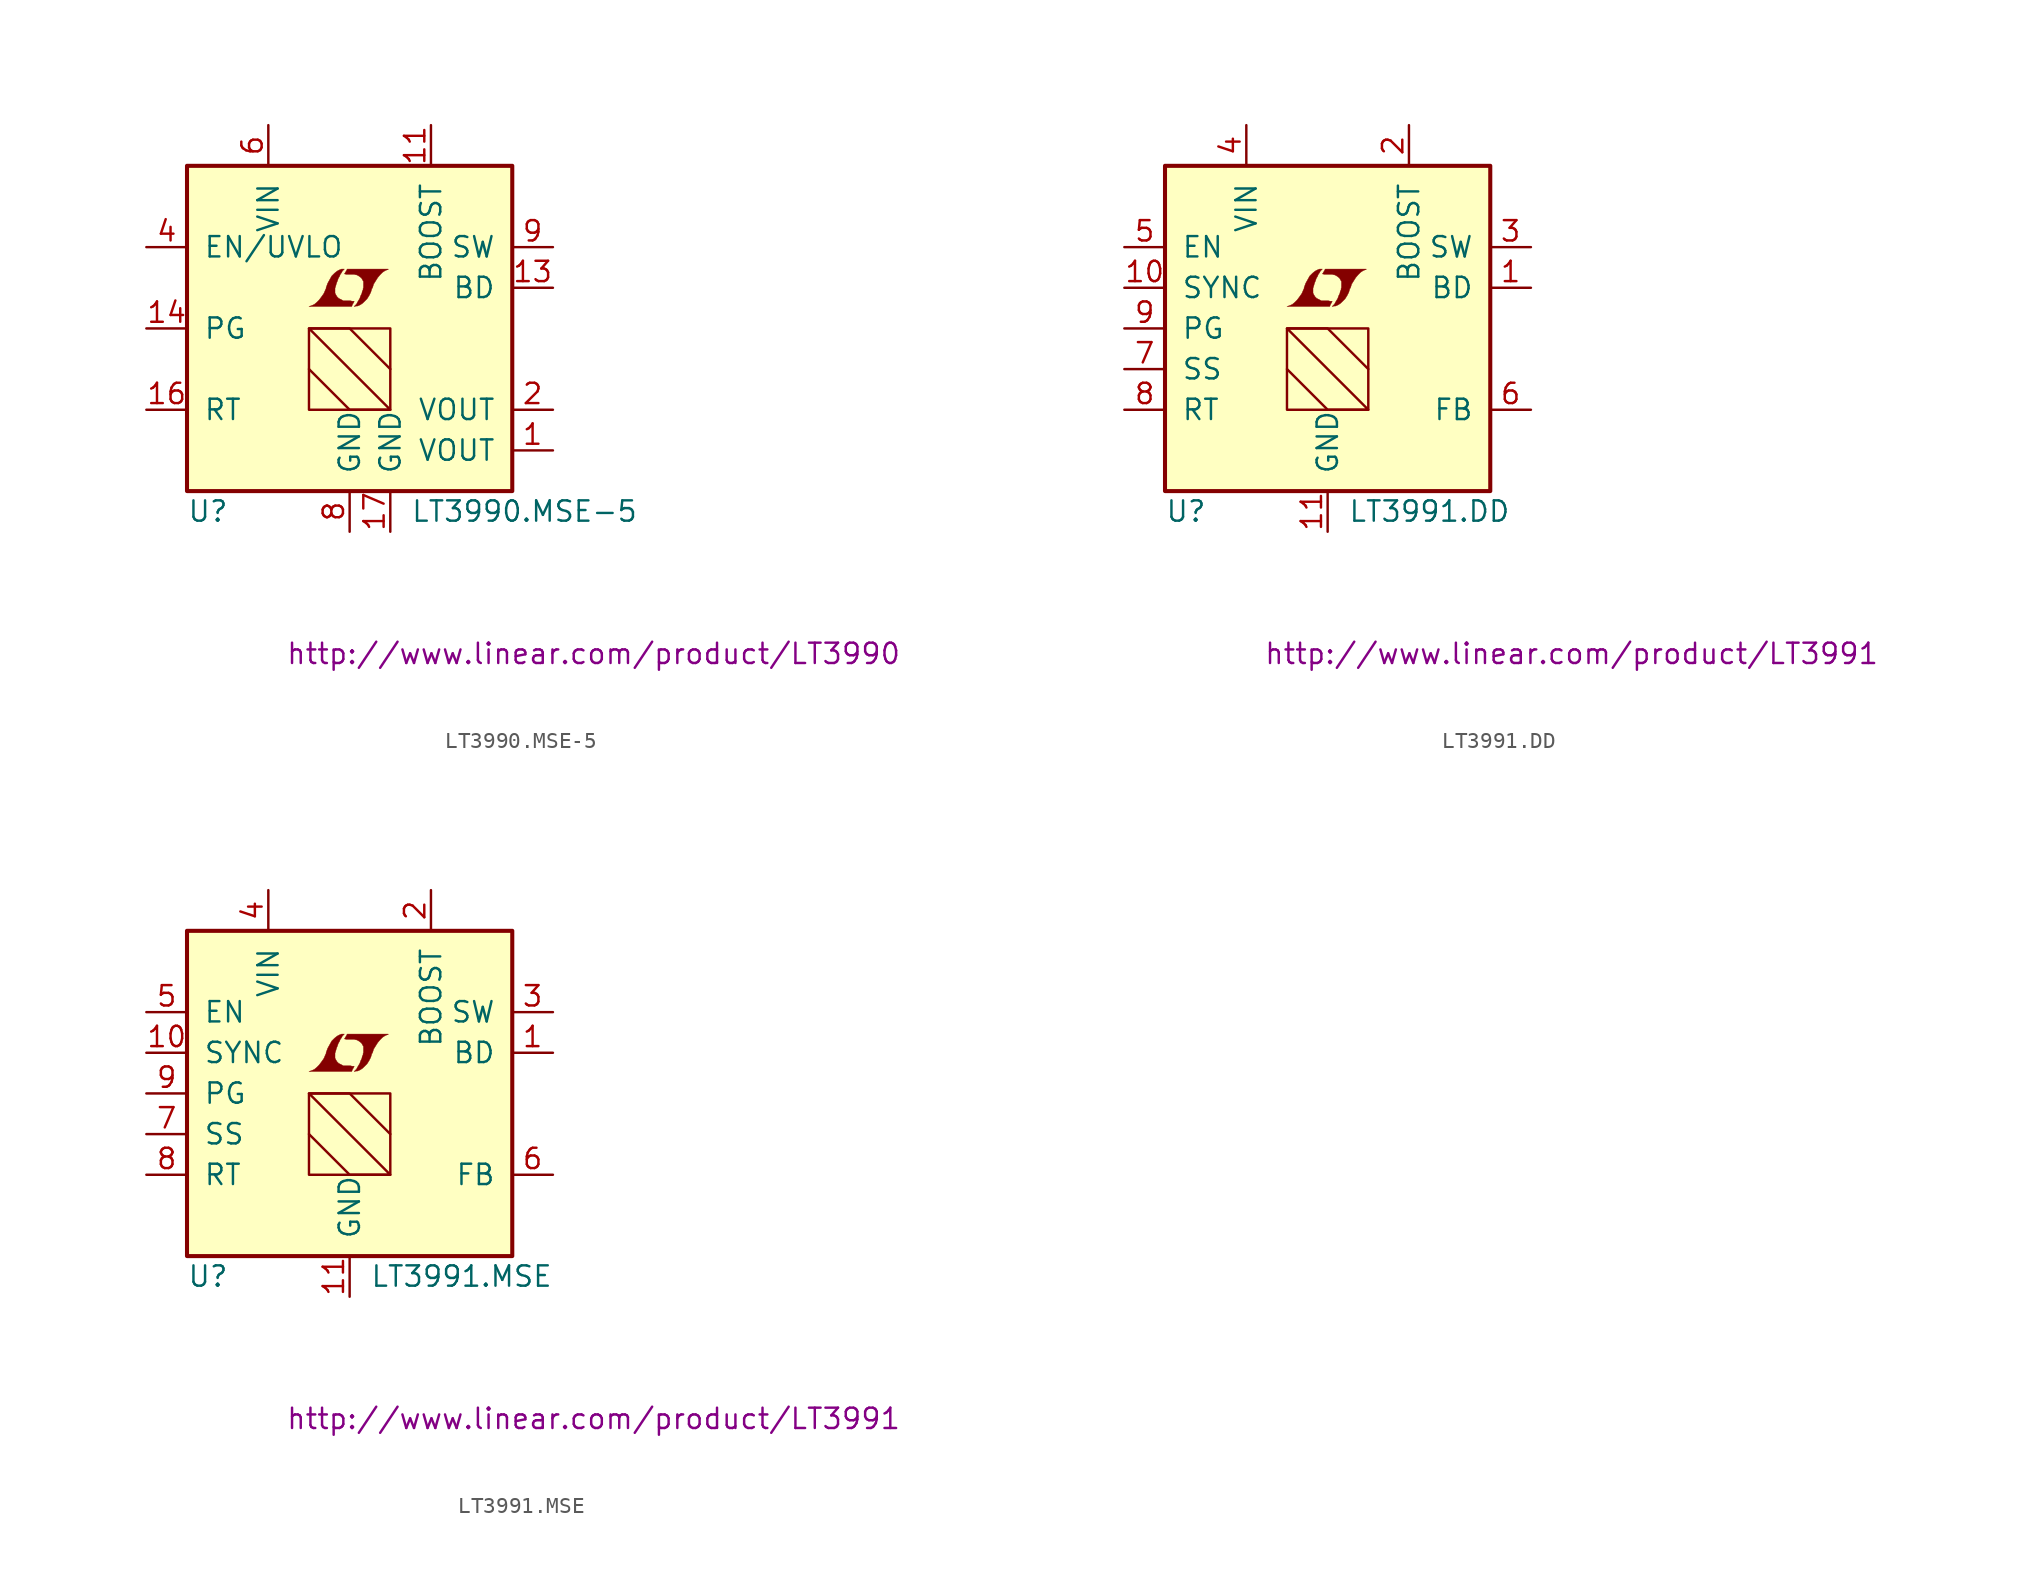
<source format=kicad_sym>
(kicad_symbol_lib
  (version 20201005)
  (generator kicad_symbol_editor)
  (symbol "LT3990.MSE-5"
    (pin_names
      (offset 1.016))
    (property "Reference" "U"
      (at -10.16 -11.43 0)
      (effects (font (size 1.27 1.27)) (justify left)))
    (property "Value" "LT3990.MSE-5"
      (at 3.81 -11.43 0)
      (effects (font (size 1.27 1.27)) (justify left)))
    (property "Datasheet" "http://www.linear.com/product/LT3990"
      (at 15.24 -20.32 0)
      (effects (font (size 1.27 1.27))))
    (symbol "LT3990.MSE-5_0_0"
      (polyline (pts (xy 0.203 1.549) (xy 0.229 1.575) (xy 0.279 1.676) (xy 0.279 1.702) (xy 0.152 1.702) (xy 0.051 1.727) (xy -0.406 1.727) (xy -0.432 1.753) (xy -0.686 1.88) (xy -0.787 1.981) (xy -0.864 2.108) (xy -0.914 2.21) (xy -0.914 2.515) (xy -0.864 2.667) (xy -0.838 2.769) (xy -0.813 2.845) (xy -0.762 2.972) (xy -0.711 3.124) (xy -0.635 3.251) (xy -0.584 3.378) (xy -0.508 3.48) (xy -0.457 3.581) (xy -0.33 3.708) (xy -0.508 3.708) (xy -0.635 3.658) (xy -0.737 3.607) (xy -0.813 3.556) (xy -0.94 3.454) (xy -1.118 3.277) (xy -1.372 2.819) (xy -1.473 2.54) (xy -1.473 2.489) (xy -1.524 2.388) (xy -1.575 2.261) (xy -1.626 2.159) (xy -1.753 1.981) (xy -1.905 1.778) (xy -2.057 1.626) (xy -2.21 1.499) (xy -2.388 1.422) (xy -2.54 1.372) (xy 0.127 1.372) (xy 0.203 1.549)) (stroke (width 0.025)) (fill (type outline)))
      (polyline (pts (xy 0.406 1.397) (xy 0.483 1.397) (xy 0.66 1.473) (xy 0.813 1.575) (xy 1.092 1.854) (xy 1.219 2.057) (xy 1.321 2.261) (xy 1.397 2.515) (xy 1.422 2.515) (xy 1.499 2.769) (xy 1.753 3.175) (xy 1.905 3.353) (xy 2.057 3.505) (xy 2.21 3.607) (xy 2.388 3.683) (xy 2.413 3.683) (xy 2.413 3.708) (xy -0.152 3.708) (xy -0.229 3.556) (xy -0.254 3.531) (xy -0.305 3.429) (xy -0.33 3.404) (xy -0.279 3.404) (xy -0.229 3.378) (xy 0.305 3.378) (xy 0.356 3.353) (xy 0.406 3.353) (xy 0.483 3.327) (xy 0.61 3.251) (xy 0.737 3.15) (xy 0.813 3.023) (xy 0.838 2.972) (xy 0.864 2.946) (xy 0.864 2.54) (xy 0.838 2.489) (xy 0.838 2.413) (xy 0.787 2.311) (xy 0.762 2.184) (xy 0.686 2.032) (xy 0.635 1.88) (xy 0.483 1.626) (xy 0.432 1.524) (xy 0.279 1.372) (xy 0.406 1.397)) (stroke (width 0.025)) (fill (type outline))))
    (symbol "LT3990.MSE-5_0_1"
      (rectangle (start -10.16 10.16) (end 10.16 -10.16) (stroke (width 0.254)) (fill (type background)))
      (rectangle (start -2.54 0) (end 2.54 -5.08) (stroke (width 0)) (fill (type none)))
      (polyline (pts (xy -2.54 -2.54) (xy 0 -5.08) (xy 2.54 -5.08) (xy -2.54 0) (xy 0 0) (xy 2.54 -2.54)) (stroke (width 0)) (fill (type none))))
    (symbol "LT3990.MSE-5_1_1"
      (pin passive line (at 12.7 -7.62 180) (length 2.54) (name "VOUT" (effects (font (size 1.27 1.27)))) (number "1" (effects (font (size 1.27 1.27)))))
      (pin unconnected line (at 12.7 -2.54 180) (length 2.54) hide (name "NC" (effects (font (size 1.27 1.27)))) (number "10" (effects (font (size 1.27 1.27)))))
      (pin passive line (at 5.08 12.7 270) (length 2.54) (name "BOOST" (effects (font (size 1.27 1.27)))) (number "11" (effects (font (size 1.27 1.27)))))
      (pin unconnected line (at 12.7 0 180) (length 2.54) hide (name "NC" (effects (font (size 1.27 1.27)))) (number "12" (effects (font (size 1.27 1.27)))))
      (pin passive line (at 12.7 2.54 180) (length 2.54) (name "BD" (effects (font (size 1.27 1.27)))) (number "13" (effects (font (size 1.27 1.27)))))
      (pin open_collector line (at -12.7 0 0) (length 2.54) (name "PG" (effects (font (size 1.27 1.27)))) (number "14" (effects (font (size 1.27 1.27)))))
      (pin unconnected line (at 12.7 7.62 180) (length 2.54) hide (name "NC" (effects (font (size 1.27 1.27)))) (number "15" (effects (font (size 1.27 1.27)))))
      (pin passive line (at -12.7 -5.08 0) (length 2.54) (name "RT" (effects (font (size 1.27 1.27)))) (number "16" (effects (font (size 1.27 1.27)))))
      (pin power_in line (at 2.54 -12.7 90) (length 2.54) (name "GND" (effects (font (size 1.27 1.27)))) (number "17" (effects (font (size 1.27 1.27)))))
      (pin passive line (at 12.7 -5.08 180) (length 2.54) (name "VOUT" (effects (font (size 1.27 1.27)))) (number "2" (effects (font (size 1.27 1.27)))))
      (pin unconnected line (at -12.7 7.62 0) (length 2.54) hide (name "NC" (effects (font (size 1.27 1.27)))) (number "3" (effects (font (size 1.27 1.27)))))
      (pin input line (at -12.7 5.08 0) (length 2.54) (name "EN/UVLO" (effects (font (size 1.27 1.27)))) (number "4" (effects (font (size 1.27 1.27)))))
      (pin unconnected line (at -12.7 2.54 0) (length 2.54) hide (name "NC" (effects (font (size 1.27 1.27)))) (number "5" (effects (font (size 1.27 1.27)))))
      (pin power_in line (at -5.08 12.7 270) (length 2.54) (name "VIN" (effects (font (size 1.27 1.27)))) (number "6" (effects (font (size 1.27 1.27)))))
      (pin unconnected line (at -12.7 -2.54 0) (length 2.54) hide (name "NC" (effects (font (size 1.27 1.27)))) (number "7" (effects (font (size 1.27 1.27)))))
      (pin power_in line (at 0 -12.7 90) (length 2.54) (name "GND" (effects (font (size 1.27 1.27)))) (number "8" (effects (font (size 1.27 1.27)))))
      (pin passive line (at 12.7 5.08 180) (length 2.54) (name "SW" (effects (font (size 1.27 1.27)))) (number "9" (effects (font (size 1.27 1.27)))))))
  (symbol "LT3991.DD"
    (pin_names
      (offset 1.016))
    (property "Reference" "U"
      (at -10.16 -11.43 0)
      (effects (font (size 1.27 1.27)) (justify left)))
    (property "Value" "LT3991.DD"
      (at 1.27 -11.43 0)
      (effects (font (size 1.27 1.27)) (justify left)))
    (property "Datasheet" "http://www.linear.com/product/LT3991"
      (at 15.24 -20.32 0)
      (effects (font (size 1.27 1.27))))
    (symbol "LT3991.DD_0_0"
      (polyline (pts (xy 0.203 1.549) (xy 0.229 1.575) (xy 0.279 1.676) (xy 0.279 1.702) (xy 0.152 1.702) (xy 0.051 1.727) (xy -0.406 1.727) (xy -0.432 1.753) (xy -0.686 1.88) (xy -0.787 1.981) (xy -0.864 2.108) (xy -0.914 2.21) (xy -0.914 2.515) (xy -0.864 2.667) (xy -0.838 2.769) (xy -0.813 2.845) (xy -0.762 2.972) (xy -0.711 3.124) (xy -0.635 3.251) (xy -0.584 3.378) (xy -0.508 3.48) (xy -0.457 3.581) (xy -0.33 3.708) (xy -0.508 3.708) (xy -0.635 3.658) (xy -0.737 3.607) (xy -0.813 3.556) (xy -0.94 3.454) (xy -1.118 3.277) (xy -1.372 2.819) (xy -1.473 2.54) (xy -1.473 2.489) (xy -1.524 2.388) (xy -1.575 2.261) (xy -1.626 2.159) (xy -1.753 1.981) (xy -1.905 1.778) (xy -2.057 1.626) (xy -2.21 1.499) (xy -2.388 1.422) (xy -2.54 1.372) (xy 0.127 1.372) (xy 0.203 1.549)) (stroke (width 0.025)) (fill (type outline)))
      (polyline (pts (xy 0.406 1.397) (xy 0.483 1.397) (xy 0.66 1.473) (xy 0.813 1.575) (xy 1.092 1.854) (xy 1.219 2.057) (xy 1.321 2.261) (xy 1.397 2.515) (xy 1.422 2.515) (xy 1.499 2.769) (xy 1.753 3.175) (xy 1.905 3.353) (xy 2.057 3.505) (xy 2.21 3.607) (xy 2.388 3.683) (xy 2.413 3.683) (xy 2.413 3.708) (xy -0.152 3.708) (xy -0.229 3.556) (xy -0.254 3.531) (xy -0.305 3.429) (xy -0.33 3.404) (xy -0.279 3.404) (xy -0.229 3.378) (xy 0.305 3.378) (xy 0.356 3.353) (xy 0.406 3.353) (xy 0.483 3.327) (xy 0.61 3.251) (xy 0.737 3.15) (xy 0.813 3.023) (xy 0.838 2.972) (xy 0.864 2.946) (xy 0.864 2.54) (xy 0.838 2.489) (xy 0.838 2.413) (xy 0.787 2.311) (xy 0.762 2.184) (xy 0.686 2.032) (xy 0.635 1.88) (xy 0.483 1.626) (xy 0.432 1.524) (xy 0.279 1.372) (xy 0.406 1.397)) (stroke (width 0.025)) (fill (type outline))))
    (symbol "LT3991.DD_0_1"
      (rectangle (start -10.16 10.16) (end 10.16 -10.16) (stroke (width 0.254)) (fill (type background)))
      (rectangle (start -2.54 0) (end 2.54 -5.08) (stroke (width 0)) (fill (type none)))
      (polyline (pts (xy -2.54 -2.54) (xy 0 -5.08) (xy 2.54 -5.08) (xy -2.54 0) (xy 0 0) (xy 2.54 -2.54)) (stroke (width 0)) (fill (type none))))
    (symbol "LT3991.DD_1_1"
      (pin passive line (at 12.7 2.54 180) (length 2.54) (name "BD" (effects (font (size 1.27 1.27)))) (number "1" (effects (font (size 1.27 1.27)))))
      (pin passive line (at -12.7 2.54 0) (length 2.54) (name "SYNC" (effects (font (size 1.27 1.27)))) (number "10" (effects (font (size 1.27 1.27)))))
      (pin power_in line (at 0 -12.7 90) (length 2.54) (name "GND" (effects (font (size 1.27 1.27)))) (number "11" (effects (font (size 1.27 1.27)))))
      (pin passive line (at 5.08 12.7 270) (length 2.54) (name "BOOST" (effects (font (size 1.27 1.27)))) (number "2" (effects (font (size 1.27 1.27)))))
      (pin passive line (at 12.7 5.08 180) (length 2.54) (name "SW" (effects (font (size 1.27 1.27)))) (number "3" (effects (font (size 1.27 1.27)))))
      (pin power_in line (at -5.08 12.7 270) (length 2.54) (name "VIN" (effects (font (size 1.27 1.27)))) (number "4" (effects (font (size 1.27 1.27)))))
      (pin input line (at -12.7 5.08 0) (length 2.54) (name "EN" (effects (font (size 1.27 1.27)))) (number "5" (effects (font (size 1.27 1.27)))))
      (pin passive line (at 12.7 -5.08 180) (length 2.54) (name "FB" (effects (font (size 1.27 1.27)))) (number "6" (effects (font (size 1.27 1.27)))))
      (pin passive line (at -12.7 -2.54 0) (length 2.54) (name "SS" (effects (font (size 1.27 1.27)))) (number "7" (effects (font (size 1.27 1.27)))))
      (pin passive line (at -12.7 -5.08 0) (length 2.54) (name "RT" (effects (font (size 1.27 1.27)))) (number "8" (effects (font (size 1.27 1.27)))))
      (pin open_collector line (at -12.7 0 0) (length 2.54) (name "PG" (effects (font (size 1.27 1.27)))) (number "9" (effects (font (size 1.27 1.27)))))))
  (symbol "LT3991.MSE"
    (pin_names
      (offset 1.016))
    (property "Reference" "U"
      (at -10.16 -11.43 0)
      (effects (font (size 1.27 1.27)) (justify left)))
    (property "Value" "LT3991.MSE"
      (at 1.27 -11.43 0)
      (effects (font (size 1.27 1.27)) (justify left)))
    (property "Datasheet" "http://www.linear.com/product/LT3991"
      (at 15.24 -20.32 0)
      (effects (font (size 1.27 1.27))))
    (symbol "LT3991.MSE_0_0"
      (polyline (pts (xy 0.203 1.549) (xy 0.229 1.575) (xy 0.279 1.676) (xy 0.279 1.702) (xy 0.152 1.702) (xy 0.051 1.727) (xy -0.406 1.727) (xy -0.432 1.753) (xy -0.686 1.88) (xy -0.787 1.981) (xy -0.864 2.108) (xy -0.914 2.21) (xy -0.914 2.515) (xy -0.864 2.667) (xy -0.838 2.769) (xy -0.813 2.845) (xy -0.762 2.972) (xy -0.711 3.124) (xy -0.635 3.251) (xy -0.584 3.378) (xy -0.508 3.48) (xy -0.457 3.581) (xy -0.33 3.708) (xy -0.508 3.708) (xy -0.635 3.658) (xy -0.737 3.607) (xy -0.813 3.556) (xy -0.94 3.454) (xy -1.118 3.277) (xy -1.372 2.819) (xy -1.473 2.54) (xy -1.473 2.489) (xy -1.524 2.388) (xy -1.575 2.261) (xy -1.626 2.159) (xy -1.753 1.981) (xy -1.905 1.778) (xy -2.057 1.626) (xy -2.21 1.499) (xy -2.388 1.422) (xy -2.54 1.372) (xy 0.127 1.372) (xy 0.203 1.549)) (stroke (width 0.025)) (fill (type outline)))
      (polyline (pts (xy 0.406 1.397) (xy 0.483 1.397) (xy 0.66 1.473) (xy 0.813 1.575) (xy 1.092 1.854) (xy 1.219 2.057) (xy 1.321 2.261) (xy 1.397 2.515) (xy 1.422 2.515) (xy 1.499 2.769) (xy 1.753 3.175) (xy 1.905 3.353) (xy 2.057 3.505) (xy 2.21 3.607) (xy 2.388 3.683) (xy 2.413 3.683) (xy 2.413 3.708) (xy -0.152 3.708) (xy -0.229 3.556) (xy -0.254 3.531) (xy -0.305 3.429) (xy -0.33 3.404) (xy -0.279 3.404) (xy -0.229 3.378) (xy 0.305 3.378) (xy 0.356 3.353) (xy 0.406 3.353) (xy 0.483 3.327) (xy 0.61 3.251) (xy 0.737 3.15) (xy 0.813 3.023) (xy 0.838 2.972) (xy 0.864 2.946) (xy 0.864 2.54) (xy 0.838 2.489) (xy 0.838 2.413) (xy 0.787 2.311) (xy 0.762 2.184) (xy 0.686 2.032) (xy 0.635 1.88) (xy 0.483 1.626) (xy 0.432 1.524) (xy 0.279 1.372) (xy 0.406 1.397)) (stroke (width 0.025)) (fill (type outline))))
    (symbol "LT3991.MSE_0_1"
      (rectangle (start -10.16 10.16) (end 10.16 -10.16) (stroke (width 0.254)) (fill (type background)))
      (rectangle (start -2.54 0) (end 2.54 -5.08) (stroke (width 0)) (fill (type none)))
      (polyline (pts (xy -2.54 -2.54) (xy 0 -5.08) (xy 2.54 -5.08) (xy -2.54 0) (xy 0 0) (xy 2.54 -2.54)) (stroke (width 0)) (fill (type none))))
    (symbol "LT3991.MSE_1_1"
      (pin passive line (at 12.7 2.54 180) (length 2.54) (name "BD" (effects (font (size 1.27 1.27)))) (number "1" (effects (font (size 1.27 1.27)))))
      (pin passive line (at -12.7 2.54 0) (length 2.54) (name "SYNC" (effects (font (size 1.27 1.27)))) (number "10" (effects (font (size 1.27 1.27)))))
      (pin power_in line (at 0 -12.7 90) (length 2.54) (name "GND" (effects (font (size 1.27 1.27)))) (number "11" (effects (font (size 1.27 1.27)))))
      (pin passive line (at 5.08 12.7 270) (length 2.54) (name "BOOST" (effects (font (size 1.27 1.27)))) (number "2" (effects (font (size 1.27 1.27)))))
      (pin passive line (at 12.7 5.08 180) (length 2.54) (name "SW" (effects (font (size 1.27 1.27)))) (number "3" (effects (font (size 1.27 1.27)))))
      (pin power_in line (at -5.08 12.7 270) (length 2.54) (name "VIN" (effects (font (size 1.27 1.27)))) (number "4" (effects (font (size 1.27 1.27)))))
      (pin input line (at -12.7 5.08 0) (length 2.54) (name "EN" (effects (font (size 1.27 1.27)))) (number "5" (effects (font (size 1.27 1.27)))))
      (pin passive line (at 12.7 -5.08 180) (length 2.54) (name "FB" (effects (font (size 1.27 1.27)))) (number "6" (effects (font (size 1.27 1.27)))))
      (pin passive line (at -12.7 -2.54 0) (length 2.54) (name "SS" (effects (font (size 1.27 1.27)))) (number "7" (effects (font (size 1.27 1.27)))))
      (pin passive line (at -12.7 -5.08 0) (length 2.54) (name "RT" (effects (font (size 1.27 1.27)))) (number "8" (effects (font (size 1.27 1.27)))))
      (pin open_collector line (at -12.7 0 0) (length 2.54) (name "PG" (effects (font (size 1.27 1.27)))) (number "9" (effects (font (size 1.27 1.27))))))))
</source>
